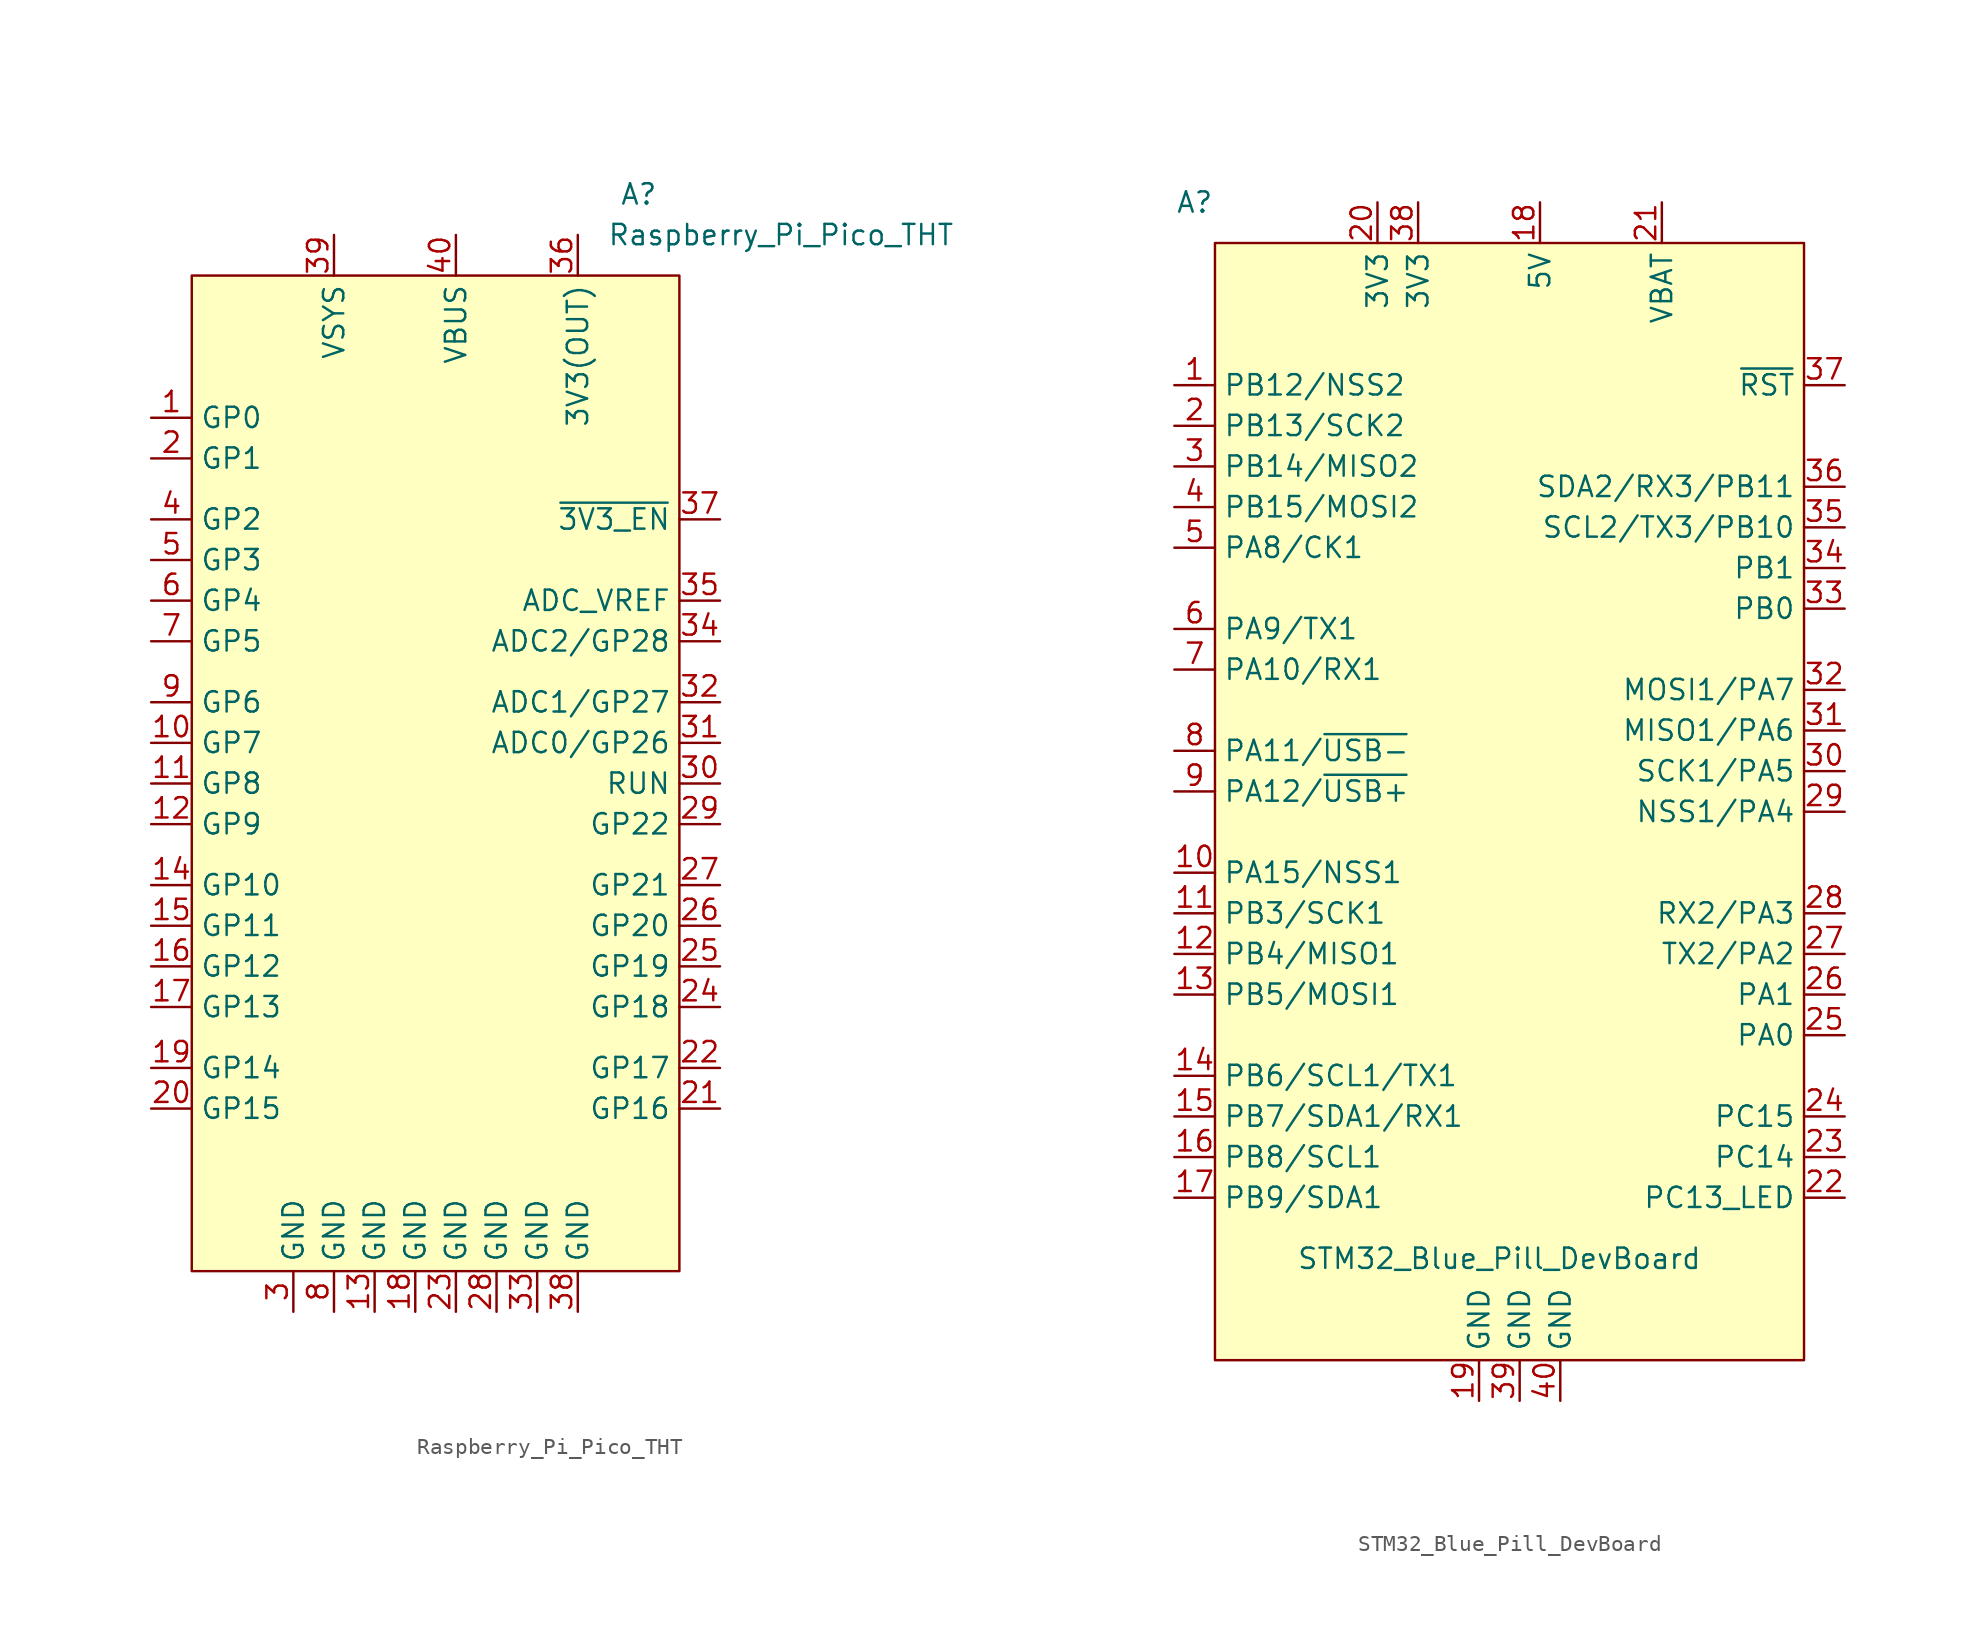
<source format=kicad_sym>
(kicad_symbol_lib
  (version 20211014)
  (generator kicad_symbol_editor)
  (symbol "Raspberry_Pi_Pico_THT"
    (property "Reference" "A"
      (at 12.7 34.29 0)
      (effects (font (size 1.27 1.27))))
    (property "Value" "Raspberry_Pi_Pico_THT"
      (at 21.59 31.75 0)
      (effects (font (size 1.27 1.27))))
    (symbol "Raspberry_Pi_Pico_THT_0_1"
      (rectangle (start -15.24 29.21) (end 15.24 -33.02) (stroke (width 0) (type default) (color 0 0 0 0)) (fill (type background))))
    (symbol "Raspberry_Pi_Pico_THT_1_1"
      (pin bidirectional line (at -17.78 20.32 0) (length 2.54) (name "GP0" (effects (font (size 1.27 1.27)))) (number "1" (effects (font (size 1.27 1.27)))))
      (pin bidirectional line (at -17.78 0 0) (length 2.54) (name "GP7" (effects (font (size 1.27 1.27)))) (number "10" (effects (font (size 1.27 1.27)))))
      (pin bidirectional line (at -17.78 -2.54 0) (length 2.54) (name "GP8" (effects (font (size 1.27 1.27)))) (number "11" (effects (font (size 1.27 1.27)))))
      (pin bidirectional line (at -17.78 -5.08 0) (length 2.54) (name "GP9" (effects (font (size 1.27 1.27)))) (number "12" (effects (font (size 1.27 1.27)))))
      (pin power_in line (at -3.81 -35.56 90) (length 2.54) (name "GND" (effects (font (size 1.27 1.27)))) (number "13" (effects (font (size 1.27 1.27)))))
      (pin bidirectional line (at -17.78 -8.89 0) (length 2.54) (name "GP10" (effects (font (size 1.27 1.27)))) (number "14" (effects (font (size 1.27 1.27)))))
      (pin bidirectional line (at -17.78 -11.43 0) (length 2.54) (name "GP11" (effects (font (size 1.27 1.27)))) (number "15" (effects (font (size 1.27 1.27)))))
      (pin bidirectional line (at -17.78 -13.97 0) (length 2.54) (name "GP12" (effects (font (size 1.27 1.27)))) (number "16" (effects (font (size 1.27 1.27)))))
      (pin bidirectional line (at -17.78 -16.51 0) (length 2.54) (name "GP13" (effects (font (size 1.27 1.27)))) (number "17" (effects (font (size 1.27 1.27)))))
      (pin power_in line (at -1.27 -35.56 90) (length 2.54) (name "GND" (effects (font (size 1.27 1.27)))) (number "18" (effects (font (size 1.27 1.27)))))
      (pin bidirectional line (at -17.78 -20.32 0) (length 2.54) (name "GP14" (effects (font (size 1.27 1.27)))) (number "19" (effects (font (size 1.27 1.27)))))
      (pin bidirectional line (at -17.78 17.78 0) (length 2.54) (name "GP1" (effects (font (size 1.27 1.27)))) (number "2" (effects (font (size 1.27 1.27)))))
      (pin bidirectional line (at -17.78 -22.86 0) (length 2.54) (name "GP15" (effects (font (size 1.27 1.27)))) (number "20" (effects (font (size 1.27 1.27)))))
      (pin bidirectional line (at 17.78 -22.86 180) (length 2.54) (name "GP16" (effects (font (size 1.27 1.27)))) (number "21" (effects (font (size 1.27 1.27)))))
      (pin bidirectional line (at 17.78 -20.32 180) (length 2.54) (name "GP17" (effects (font (size 1.27 1.27)))) (number "22" (effects (font (size 1.27 1.27)))))
      (pin power_in line (at 1.27 -35.56 90) (length 2.54) (name "GND" (effects (font (size 1.27 1.27)))) (number "23" (effects (font (size 1.27 1.27)))))
      (pin bidirectional line (at 17.78 -16.51 180) (length 2.54) (name "GP18" (effects (font (size 1.27 1.27)))) (number "24" (effects (font (size 1.27 1.27)))))
      (pin bidirectional line (at 17.78 -13.97 180) (length 2.54) (name "GP19" (effects (font (size 1.27 1.27)))) (number "25" (effects (font (size 1.27 1.27)))))
      (pin bidirectional line (at 17.78 -11.43 180) (length 2.54) (name "GP20" (effects (font (size 1.27 1.27)))) (number "26" (effects (font (size 1.27 1.27)))))
      (pin bidirectional line (at 17.78 -8.89 180) (length 2.54) (name "GP21" (effects (font (size 1.27 1.27)))) (number "27" (effects (font (size 1.27 1.27)))))
      (pin power_in line (at 3.81 -35.56 90) (length 2.54) (name "GND" (effects (font (size 1.27 1.27)))) (number "28" (effects (font (size 1.27 1.27)))))
      (pin bidirectional line (at 17.78 -5.08 180) (length 2.54) (name "GP22" (effects (font (size 1.27 1.27)))) (number "29" (effects (font (size 1.27 1.27)))))
      (pin power_in line (at -8.89 -35.56 90) (length 2.54) (name "GND" (effects (font (size 1.27 1.27)))) (number "3" (effects (font (size 1.27 1.27)))))
      (pin bidirectional line (at 17.78 -2.54 180) (length 2.54) (name "RUN" (effects (font (size 1.27 1.27)))) (number "30" (effects (font (size 1.27 1.27)))))
      (pin bidirectional line (at 17.78 0 180) (length 2.54) (name "ADC0/GP26" (effects (font (size 1.27 1.27)))) (number "31" (effects (font (size 1.27 1.27)))))
      (pin bidirectional line (at 17.78 2.54 180) (length 2.54) (name "ADC1/GP27" (effects (font (size 1.27 1.27)))) (number "32" (effects (font (size 1.27 1.27)))))
      (pin power_in line (at 6.35 -35.56 90) (length 2.54) (name "GND" (effects (font (size 1.27 1.27)))) (number "33" (effects (font (size 1.27 1.27)))))
      (pin bidirectional line (at 17.78 6.35 180) (length 2.54) (name "ADC2/GP28" (effects (font (size 1.27 1.27)))) (number "34" (effects (font (size 1.27 1.27)))))
      (pin bidirectional line (at 17.78 8.89 180) (length 2.54) (name "ADC_VREF" (effects (font (size 1.27 1.27)))) (number "35" (effects (font (size 1.27 1.27)))))
      (pin power_in line (at 8.89 31.75 270) (length 2.54) (name "3V3(OUT)" (effects (font (size 1.27 1.27)))) (number "36" (effects (font (size 1.27 1.27)))))
      (pin bidirectional line (at 17.78 13.97 180) (length 2.54) (name "~{3V3_EN}" (effects (font (size 1.27 1.27)))) (number "37" (effects (font (size 1.27 1.27)))))
      (pin power_in line (at 8.89 -35.56 90) (length 2.54) (name "GND" (effects (font (size 1.27 1.27)))) (number "38" (effects (font (size 1.27 1.27)))))
      (pin power_in line (at -6.35 31.75 270) (length 2.54) (name "VSYS" (effects (font (size 1.27 1.27)))) (number "39" (effects (font (size 1.27 1.27)))))
      (pin bidirectional line (at -17.78 13.97 0) (length 2.54) (name "GP2" (effects (font (size 1.27 1.27)))) (number "4" (effects (font (size 1.27 1.27)))))
      (pin power_in line (at 1.27 31.75 270) (length 2.54) (name "VBUS" (effects (font (size 1.27 1.27)))) (number "40" (effects (font (size 1.27 1.27)))))
      (pin bidirectional line (at -17.78 11.43 0) (length 2.54) (name "GP3" (effects (font (size 1.27 1.27)))) (number "5" (effects (font (size 1.27 1.27)))))
      (pin bidirectional line (at -17.78 8.89 0) (length 2.54) (name "GP4" (effects (font (size 1.27 1.27)))) (number "6" (effects (font (size 1.27 1.27)))))
      (pin bidirectional line (at -17.78 6.35 0) (length 2.54) (name "GP5" (effects (font (size 1.27 1.27)))) (number "7" (effects (font (size 1.27 1.27)))))
      (pin power_in line (at -6.35 -35.56 90) (length 2.54) (name "GND" (effects (font (size 1.27 1.27)))) (number "8" (effects (font (size 1.27 1.27)))))
      (pin bidirectional line (at -17.78 2.54 0) (length 2.54) (name "GP6" (effects (font (size 1.27 1.27)))) (number "9" (effects (font (size 1.27 1.27)))))))
  (symbol "STM32_Blue_Pill_DevBoard"
    (property "Reference" "A"
      (at -20.32 36.83 0)
      (effects (font (size 1.27 1.27))))
    (property "Value" "STM32_Blue_Pill_DevBoard"
      (at -1.27 -29.21 0)
      (effects (font (size 1.27 1.27))))
    (symbol "STM32_Blue_Pill_DevBoard_0_1"
      (rectangle (start -19.05 34.29) (end 17.78 -35.56) (stroke (width 0) (type default) (color 0 0 0 0)) (fill (type background))))
    (symbol "STM32_Blue_Pill_DevBoard_1_1"
      (pin bidirectional line (at -21.59 25.4 0) (length 2.54) (name "PB12/NSS2" (effects (font (size 1.27 1.27)))) (number "1" (effects (font (size 1.27 1.27)))))
      (pin bidirectional line (at -21.59 -5.08 0) (length 2.54) (name "PA15/NSS1" (effects (font (size 1.27 1.27)))) (number "10" (effects (font (size 1.27 1.27)))))
      (pin bidirectional line (at -21.59 -7.62 0) (length 2.54) (name "PB3/SCK1" (effects (font (size 1.27 1.27)))) (number "11" (effects (font (size 1.27 1.27)))))
      (pin bidirectional line (at -21.59 -10.16 0) (length 2.54) (name "PB4/MISO1" (effects (font (size 1.27 1.27)))) (number "12" (effects (font (size 1.27 1.27)))))
      (pin bidirectional line (at -21.59 -12.7 0) (length 2.54) (name "PB5/MOSI1" (effects (font (size 1.27 1.27)))) (number "13" (effects (font (size 1.27 1.27)))))
      (pin bidirectional line (at -21.59 -17.78 0) (length 2.54) (name "PB6/SCL1/TX1" (effects (font (size 1.27 1.27)))) (number "14" (effects (font (size 1.27 1.27)))))
      (pin bidirectional line (at -21.59 -20.32 0) (length 2.54) (name "PB7/SDA1/RX1" (effects (font (size 1.27 1.27)))) (number "15" (effects (font (size 1.27 1.27)))))
      (pin bidirectional line (at -21.59 -22.86 0) (length 2.54) (name "PB8/SCL1" (effects (font (size 1.27 1.27)))) (number "16" (effects (font (size 1.27 1.27)))))
      (pin bidirectional line (at -21.59 -25.4 0) (length 2.54) (name "PB9/SDA1" (effects (font (size 1.27 1.27)))) (number "17" (effects (font (size 1.27 1.27)))))
      (pin power_in line (at 1.27 36.83 270) (length 2.54) (name "5V" (effects (font (size 1.27 1.27)))) (number "18" (effects (font (size 1.27 1.27)))))
      (pin power_in line (at -2.54 -38.1 90) (length 2.54) (name "GND" (effects (font (size 1.27 1.27)))) (number "19" (effects (font (size 1.27 1.27)))))
      (pin bidirectional line (at -21.59 22.86 0) (length 2.54) (name "PB13/SCK2" (effects (font (size 1.27 1.27)))) (number "2" (effects (font (size 1.27 1.27)))))
      (pin power_in line (at -8.89 36.83 270) (length 2.54) (name "3V3" (effects (font (size 1.27 1.27)))) (number "20" (effects (font (size 1.27 1.27)))))
      (pin power_in line (at 8.89 36.83 270) (length 2.54) (name "VBAT" (effects (font (size 1.27 1.27)))) (number "21" (effects (font (size 1.27 1.27)))))
      (pin bidirectional line (at 20.32 -25.4 180) (length 2.54) (name "PC13_LED" (effects (font (size 1.27 1.27)))) (number "22" (effects (font (size 1.27 1.27)))))
      (pin bidirectional line (at 20.32 -22.86 180) (length 2.54) (name "PC14" (effects (font (size 1.27 1.27)))) (number "23" (effects (font (size 1.27 1.27)))))
      (pin bidirectional line (at 20.32 -20.32 180) (length 2.54) (name "PC15" (effects (font (size 1.27 1.27)))) (number "24" (effects (font (size 1.27 1.27)))))
      (pin bidirectional line (at 20.32 -15.24 180) (length 2.54) (name "PA0" (effects (font (size 1.27 1.27)))) (number "25" (effects (font (size 1.27 1.27)))))
      (pin bidirectional line (at 20.32 -12.7 180) (length 2.54) (name "PA1" (effects (font (size 1.27 1.27)))) (number "26" (effects (font (size 1.27 1.27)))))
      (pin bidirectional line (at 20.32 -10.16 180) (length 2.54) (name "TX2/PA2" (effects (font (size 1.27 1.27)))) (number "27" (effects (font (size 1.27 1.27)))))
      (pin bidirectional line (at 20.32 -7.62 180) (length 2.54) (name "RX2/PA3" (effects (font (size 1.27 1.27)))) (number "28" (effects (font (size 1.27 1.27)))))
      (pin bidirectional line (at 20.32 -1.27 180) (length 2.54) (name "NSS1/PA4" (effects (font (size 1.27 1.27)))) (number "29" (effects (font (size 1.27 1.27)))))
      (pin bidirectional line (at -21.59 20.32 0) (length 2.54) (name "PB14/MISO2" (effects (font (size 1.27 1.27)))) (number "3" (effects (font (size 1.27 1.27)))))
      (pin bidirectional line (at 20.32 1.27 180) (length 2.54) (name "SCK1/PA5" (effects (font (size 1.27 1.27)))) (number "30" (effects (font (size 1.27 1.27)))))
      (pin bidirectional line (at 20.32 3.81 180) (length 2.54) (name "MISO1/PA6" (effects (font (size 1.27 1.27)))) (number "31" (effects (font (size 1.27 1.27)))))
      (pin bidirectional line (at 20.32 6.35 180) (length 2.54) (name "MOSI1/PA7" (effects (font (size 1.27 1.27)))) (number "32" (effects (font (size 1.27 1.27)))))
      (pin bidirectional line (at 20.32 11.43 180) (length 2.54) (name "PB0" (effects (font (size 1.27 1.27)))) (number "33" (effects (font (size 1.27 1.27)))))
      (pin bidirectional line (at 20.32 13.97 180) (length 2.54) (name "PB1" (effects (font (size 1.27 1.27)))) (number "34" (effects (font (size 1.27 1.27)))))
      (pin bidirectional line (at 20.32 16.51 180) (length 2.54) (name "SCL2/TX3/PB10" (effects (font (size 1.27 1.27)))) (number "35" (effects (font (size 1.27 1.27)))))
      (pin bidirectional line (at 20.32 19.05 180) (length 2.54) (name "SDA2/RX3/PB11" (effects (font (size 1.27 1.27)))) (number "36" (effects (font (size 1.27 1.27)))))
      (pin bidirectional line (at 20.32 25.4 180) (length 2.54) (name "~{RST}" (effects (font (size 1.27 1.27)))) (number "37" (effects (font (size 1.27 1.27)))))
      (pin power_in line (at -6.35 36.83 270) (length 2.54) (name "3V3" (effects (font (size 1.27 1.27)))) (number "38" (effects (font (size 1.27 1.27)))))
      (pin power_in line (at 0 -38.1 90) (length 2.54) (name "GND" (effects (font (size 1.27 1.27)))) (number "39" (effects (font (size 1.27 1.27)))))
      (pin bidirectional line (at -21.59 17.78 0) (length 2.54) (name "PB15/MOSI2" (effects (font (size 1.27 1.27)))) (number "4" (effects (font (size 1.27 1.27)))))
      (pin power_in line (at 2.54 -38.1 90) (length 2.54) (name "GND" (effects (font (size 1.27 1.27)))) (number "40" (effects (font (size 1.27 1.27)))))
      (pin bidirectional line (at -21.59 15.24 0) (length 2.54) (name "PA8/CK1" (effects (font (size 1.27 1.27)))) (number "5" (effects (font (size 1.27 1.27)))))
      (pin bidirectional line (at -21.59 10.16 0) (length 2.54) (name "PA9/TX1" (effects (font (size 1.27 1.27)))) (number "6" (effects (font (size 1.27 1.27)))))
      (pin bidirectional line (at -21.59 7.62 0) (length 2.54) (name "PA10/RX1" (effects (font (size 1.27 1.27)))) (number "7" (effects (font (size 1.27 1.27)))))
      (pin bidirectional line (at -21.59 2.54 0) (length 2.54) (name "PA11/~{USB-}" (effects (font (size 1.27 1.27)))) (number "8" (effects (font (size 1.27 1.27)))))
      (pin bidirectional line (at -21.59 0 0) (length 2.54) (name "PA12/~{USB+}" (effects (font (size 1.27 1.27)))) (number "9" (effects (font (size 1.27 1.27))))))))
</source>
